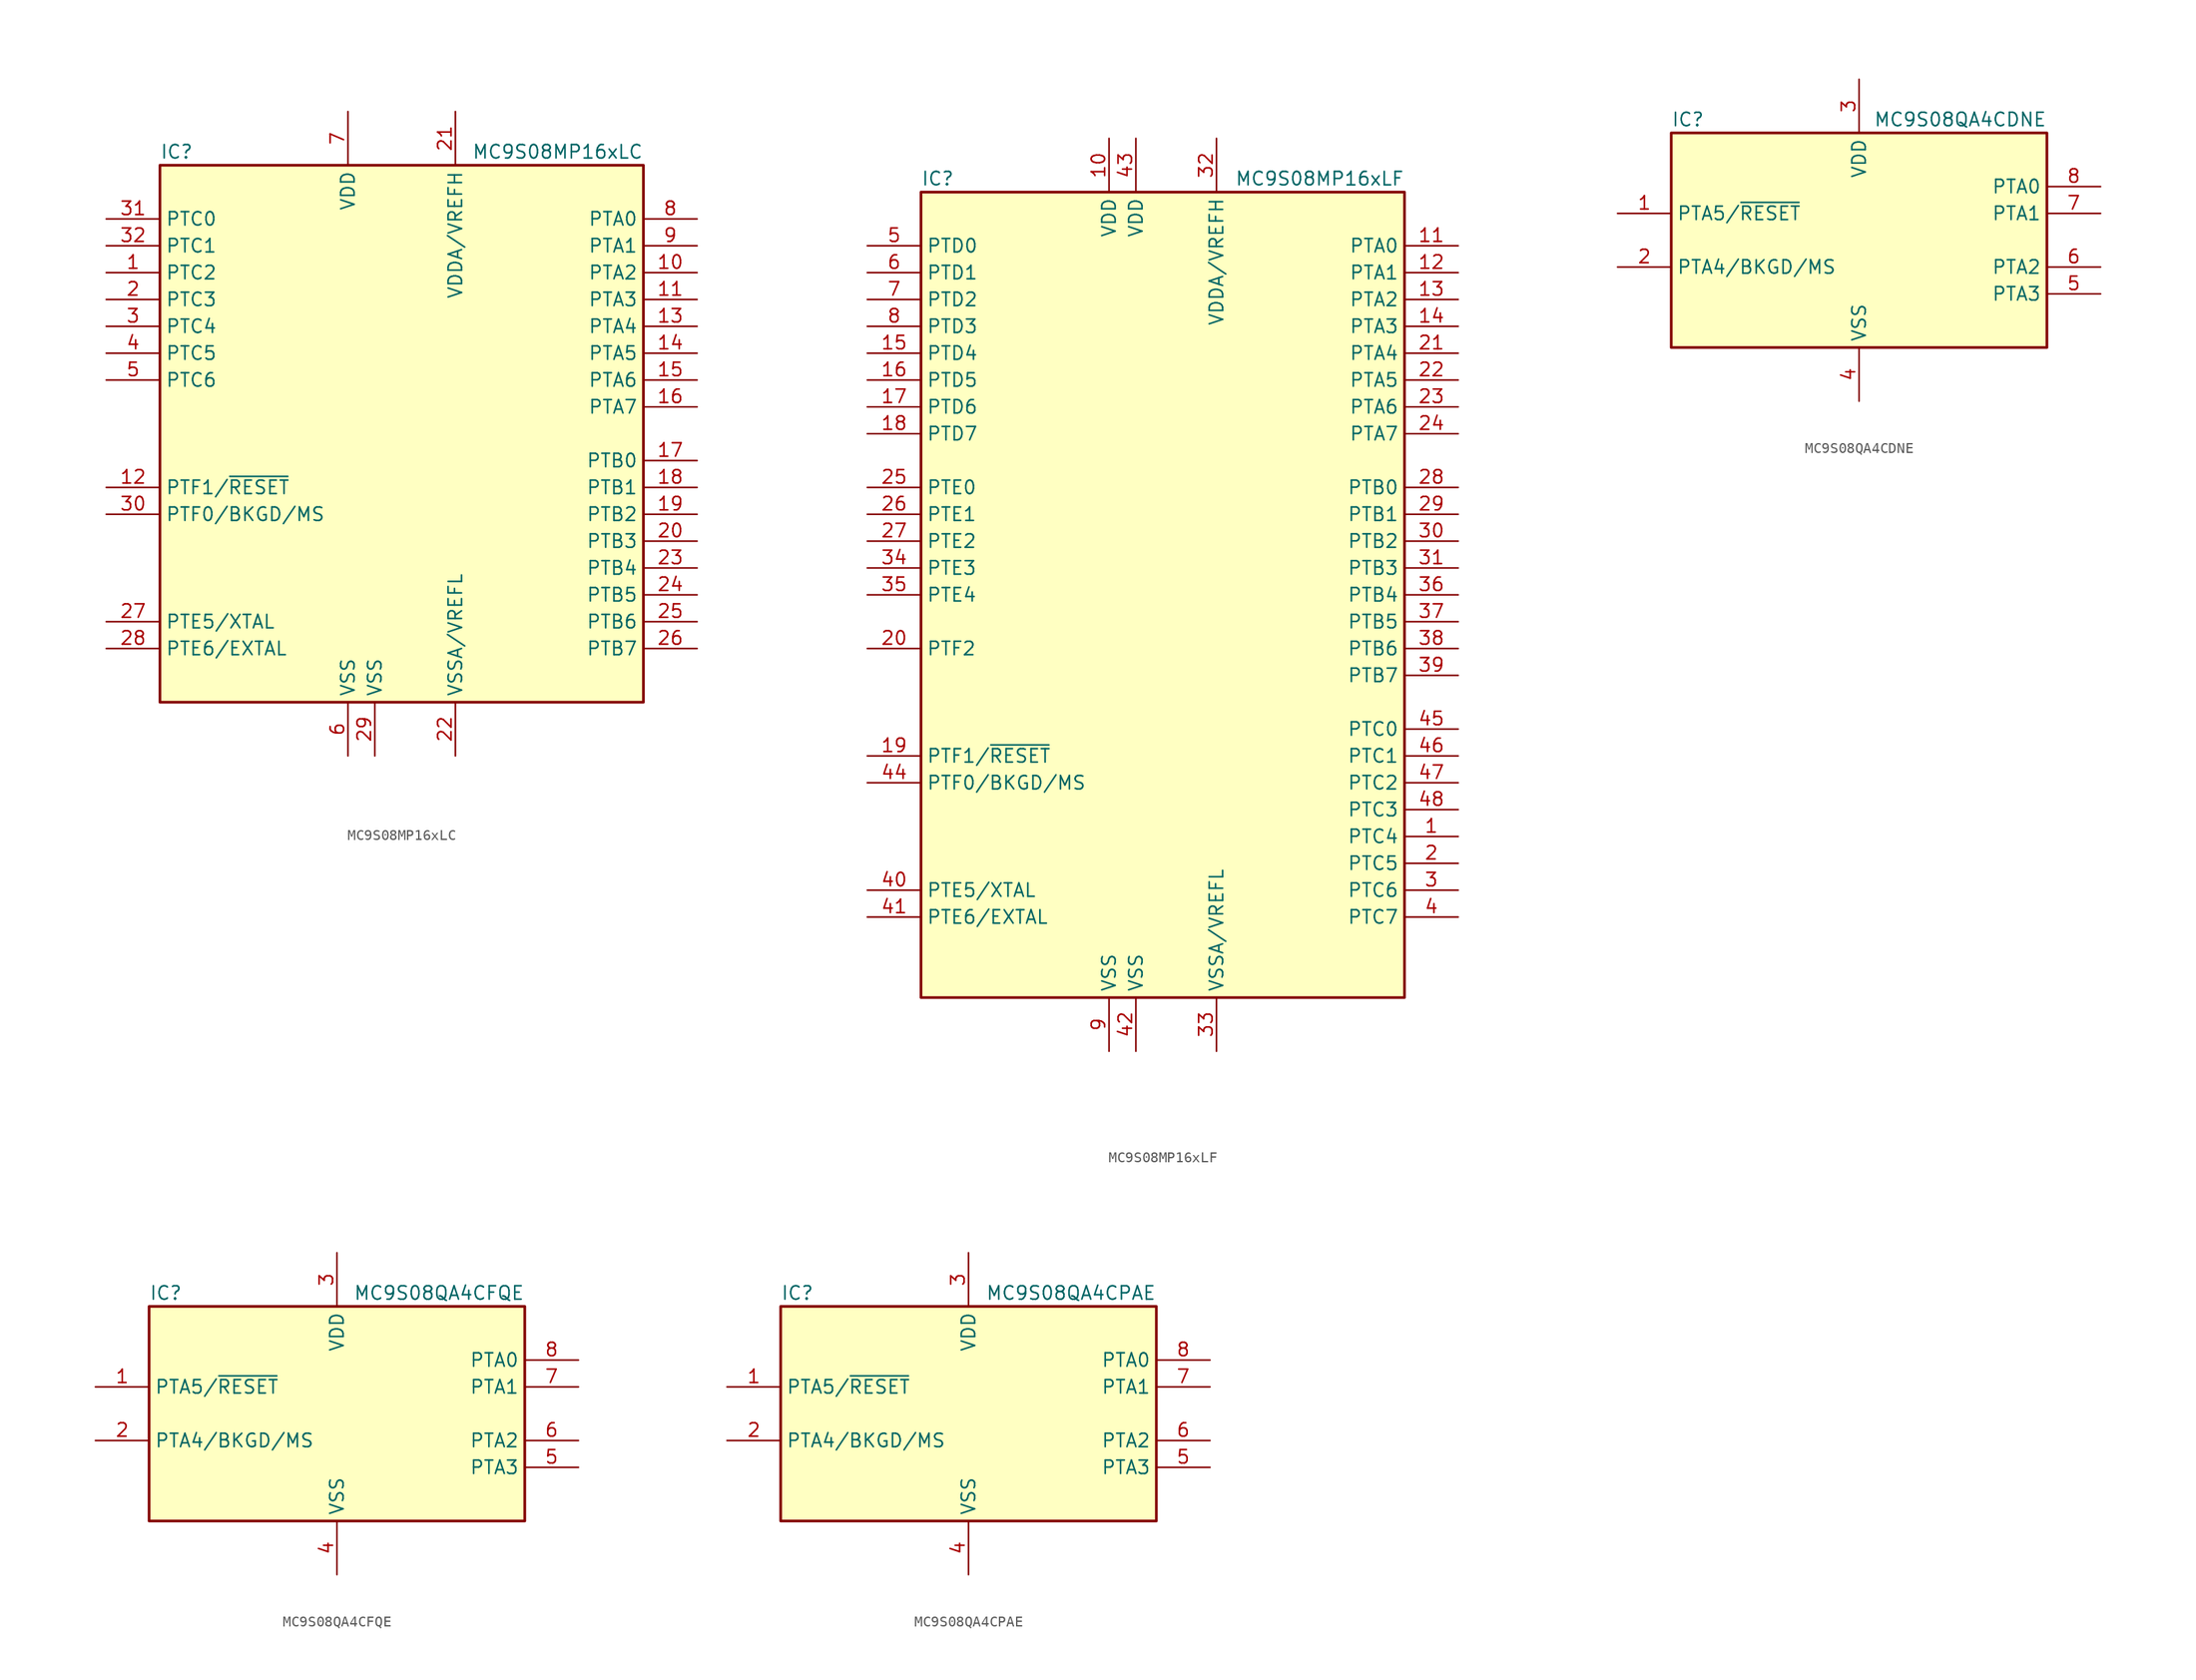
<source format=kicad_sym>
(kicad_symbol_lib
  (version 20241209)
  (generator "kicad_symbol_editor")
  (generator_version "9.0")
  (symbol "MC9S08MP16xLC"
    (property "Reference" "IC"
      (at -22.86 26.67 0)
      (effects (font (size 1.27 1.27)) (justify left)))
    (property "Value" "MC9S08MP16xLC"
      (at 22.86 26.67 0)
      (effects (font (size 1.27 1.27)) (justify right)))
    (symbol "MC9S08MP16xLC_0_1"
      (rectangle (start -22.86 25.4) (end 22.86 -25.4) (stroke (width 0.254) (type default)) (fill (type background))))
    (symbol "MC9S08MP16xLC_1_1"
      (pin bidirectional line (at -27.94 20.32 0) (length 5.08) (name "PTC0" (effects (font (size 1.27 1.27)))) (number "31" (effects (font (size 1.27 1.27)))))
      (pin bidirectional line (at -27.94 17.78 0) (length 5.08) (name "PTC1" (effects (font (size 1.27 1.27)))) (number "32" (effects (font (size 1.27 1.27)))))
      (pin bidirectional line (at -27.94 15.24 0) (length 5.08) (name "PTC2" (effects (font (size 1.27 1.27)))) (number "1" (effects (font (size 1.27 1.27)))))
      (pin bidirectional line (at -27.94 12.7 0) (length 5.08) (name "PTC3" (effects (font (size 1.27 1.27)))) (number "2" (effects (font (size 1.27 1.27)))))
      (pin bidirectional line (at -27.94 10.16 0) (length 5.08) (name "PTC4" (effects (font (size 1.27 1.27)))) (number "3" (effects (font (size 1.27 1.27)))))
      (pin bidirectional line (at -27.94 7.62 0) (length 5.08) (name "PTC5" (effects (font (size 1.27 1.27)))) (number "4" (effects (font (size 1.27 1.27)))))
      (pin bidirectional line (at -27.94 5.08 0) (length 5.08) (name "PTC6" (effects (font (size 1.27 1.27)))) (number "5" (effects (font (size 1.27 1.27)))))
      (pin bidirectional line (at -27.94 -5.08 0) (length 5.08) (name "PTF1/~{RESET}" (effects (font (size 1.27 1.27)))) (number "12" (effects (font (size 1.27 1.27)))))
      (pin bidirectional line (at -27.94 -7.62 0) (length 5.08) (name "PTF0/BKGD/MS" (effects (font (size 1.27 1.27)))) (number "30" (effects (font (size 1.27 1.27)))))
      (pin bidirectional line (at -27.94 -17.78 0) (length 5.08) (name "PTE5/XTAL" (effects (font (size 1.27 1.27)))) (number "27" (effects (font (size 1.27 1.27)))))
      (pin bidirectional line (at -27.94 -20.32 0) (length 5.08) (name "PTE6/EXTAL" (effects (font (size 1.27 1.27)))) (number "28" (effects (font (size 1.27 1.27)))))
      (pin power_in line (at -5.08 30.48 270) (length 5.08) (name "VDD" (effects (font (size 1.27 1.27)))) (number "7" (effects (font (size 1.27 1.27)))))
      (pin power_in line (at -5.08 -30.48 90) (length 5.08) (name "VSS" (effects (font (size 1.27 1.27)))) (number "6" (effects (font (size 1.27 1.27)))))
      (pin power_in line (at -2.54 -30.48 90) (length 5.08) (name "VSS" (effects (font (size 1.27 1.27)))) (number "29" (effects (font (size 1.27 1.27)))))
      (pin power_in line (at 5.08 30.48 270) (length 5.08) (name "VDDA/VREFH" (effects (font (size 1.27 1.27)))) (number "21" (effects (font (size 1.27 1.27)))))
      (pin power_in line (at 5.08 -30.48 90) (length 5.08) (name "VSSA/VREFL" (effects (font (size 1.27 1.27)))) (number "22" (effects (font (size 1.27 1.27)))))
      (pin bidirectional line (at 27.94 20.32 180) (length 5.08) (name "PTA0" (effects (font (size 1.27 1.27)))) (number "8" (effects (font (size 1.27 1.27)))))
      (pin bidirectional line (at 27.94 17.78 180) (length 5.08) (name "PTA1" (effects (font (size 1.27 1.27)))) (number "9" (effects (font (size 1.27 1.27)))))
      (pin bidirectional line (at 27.94 15.24 180) (length 5.08) (name "PTA2" (effects (font (size 1.27 1.27)))) (number "10" (effects (font (size 1.27 1.27)))))
      (pin bidirectional line (at 27.94 12.7 180) (length 5.08) (name "PTA3" (effects (font (size 1.27 1.27)))) (number "11" (effects (font (size 1.27 1.27)))))
      (pin bidirectional line (at 27.94 10.16 180) (length 5.08) (name "PTA4" (effects (font (size 1.27 1.27)))) (number "13" (effects (font (size 1.27 1.27)))))
      (pin bidirectional line (at 27.94 7.62 180) (length 5.08) (name "PTA5" (effects (font (size 1.27 1.27)))) (number "14" (effects (font (size 1.27 1.27)))))
      (pin bidirectional line (at 27.94 5.08 180) (length 5.08) (name "PTA6" (effects (font (size 1.27 1.27)))) (number "15" (effects (font (size 1.27 1.27)))))
      (pin bidirectional line (at 27.94 2.54 180) (length 5.08) (name "PTA7" (effects (font (size 1.27 1.27)))) (number "16" (effects (font (size 1.27 1.27)))))
      (pin bidirectional line (at 27.94 -2.54 180) (length 5.08) (name "PTB0" (effects (font (size 1.27 1.27)))) (number "17" (effects (font (size 1.27 1.27)))))
      (pin bidirectional line (at 27.94 -5.08 180) (length 5.08) (name "PTB1" (effects (font (size 1.27 1.27)))) (number "18" (effects (font (size 1.27 1.27)))))
      (pin bidirectional line (at 27.94 -7.62 180) (length 5.08) (name "PTB2" (effects (font (size 1.27 1.27)))) (number "19" (effects (font (size 1.27 1.27)))))
      (pin bidirectional line (at 27.94 -10.16 180) (length 5.08) (name "PTB3" (effects (font (size 1.27 1.27)))) (number "20" (effects (font (size 1.27 1.27)))))
      (pin bidirectional line (at 27.94 -12.7 180) (length 5.08) (name "PTB4" (effects (font (size 1.27 1.27)))) (number "23" (effects (font (size 1.27 1.27)))))
      (pin bidirectional line (at 27.94 -15.24 180) (length 5.08) (name "PTB5" (effects (font (size 1.27 1.27)))) (number "24" (effects (font (size 1.27 1.27)))))
      (pin bidirectional line (at 27.94 -17.78 180) (length 5.08) (name "PTB6" (effects (font (size 1.27 1.27)))) (number "25" (effects (font (size 1.27 1.27)))))
      (pin bidirectional line (at 27.94 -20.32 180) (length 5.08) (name "PTB7" (effects (font (size 1.27 1.27)))) (number "26" (effects (font (size 1.27 1.27)))))))
  (symbol "MC9S08MP16xLF"
    (property "Reference" "IC"
      (at -22.86 39.37 0)
      (effects (font (size 1.27 1.27)) (justify left)))
    (property "Value" "MC9S08MP16xLF"
      (at 22.86 39.37 0)
      (effects (font (size 1.27 1.27)) (justify right)))
    (symbol "MC9S08MP16xLF_0_1"
      (rectangle (start -22.86 38.1) (end 22.86 -38.1) (stroke (width 0.254) (type default)) (fill (type background))))
    (symbol "MC9S08MP16xLF_1_1"
      (pin bidirectional line (at -27.94 33.02 0) (length 5.08) (name "PTD0" (effects (font (size 1.27 1.27)))) (number "5" (effects (font (size 1.27 1.27)))))
      (pin bidirectional line (at -27.94 30.48 0) (length 5.08) (name "PTD1" (effects (font (size 1.27 1.27)))) (number "6" (effects (font (size 1.27 1.27)))))
      (pin bidirectional line (at -27.94 27.94 0) (length 5.08) (name "PTD2" (effects (font (size 1.27 1.27)))) (number "7" (effects (font (size 1.27 1.27)))))
      (pin bidirectional line (at -27.94 25.4 0) (length 5.08) (name "PTD3" (effects (font (size 1.27 1.27)))) (number "8" (effects (font (size 1.27 1.27)))))
      (pin bidirectional line (at -27.94 22.86 0) (length 5.08) (name "PTD4" (effects (font (size 1.27 1.27)))) (number "15" (effects (font (size 1.27 1.27)))))
      (pin bidirectional line (at -27.94 20.32 0) (length 5.08) (name "PTD5" (effects (font (size 1.27 1.27)))) (number "16" (effects (font (size 1.27 1.27)))))
      (pin bidirectional line (at -27.94 17.78 0) (length 5.08) (name "PTD6" (effects (font (size 1.27 1.27)))) (number "17" (effects (font (size 1.27 1.27)))))
      (pin bidirectional line (at -27.94 15.24 0) (length 5.08) (name "PTD7" (effects (font (size 1.27 1.27)))) (number "18" (effects (font (size 1.27 1.27)))))
      (pin bidirectional line (at -27.94 10.16 0) (length 5.08) (name "PTE0" (effects (font (size 1.27 1.27)))) (number "25" (effects (font (size 1.27 1.27)))))
      (pin bidirectional line (at -27.94 7.62 0) (length 5.08) (name "PTE1" (effects (font (size 1.27 1.27)))) (number "26" (effects (font (size 1.27 1.27)))))
      (pin bidirectional line (at -27.94 5.08 0) (length 5.08) (name "PTE2" (effects (font (size 1.27 1.27)))) (number "27" (effects (font (size 1.27 1.27)))))
      (pin bidirectional line (at -27.94 2.54 0) (length 5.08) (name "PTE3" (effects (font (size 1.27 1.27)))) (number "34" (effects (font (size 1.27 1.27)))))
      (pin bidirectional line (at -27.94 0 0) (length 5.08) (name "PTE4" (effects (font (size 1.27 1.27)))) (number "35" (effects (font (size 1.27 1.27)))))
      (pin bidirectional line (at -27.94 -5.08 0) (length 5.08) (name "PTF2" (effects (font (size 1.27 1.27)))) (number "20" (effects (font (size 1.27 1.27)))))
      (pin bidirectional line (at -27.94 -15.24 0) (length 5.08) (name "PTF1/~{RESET}" (effects (font (size 1.27 1.27)))) (number "19" (effects (font (size 1.27 1.27)))))
      (pin bidirectional line (at -27.94 -17.78 0) (length 5.08) (name "PTF0/BKGD/MS" (effects (font (size 1.27 1.27)))) (number "44" (effects (font (size 1.27 1.27)))))
      (pin bidirectional line (at -27.94 -27.94 0) (length 5.08) (name "PTE5/XTAL" (effects (font (size 1.27 1.27)))) (number "40" (effects (font (size 1.27 1.27)))))
      (pin bidirectional line (at -27.94 -30.48 0) (length 5.08) (name "PTE6/EXTAL" (effects (font (size 1.27 1.27)))) (number "41" (effects (font (size 1.27 1.27)))))
      (pin power_in line (at -5.08 43.18 270) (length 5.08) (name "VDD" (effects (font (size 1.27 1.27)))) (number "10" (effects (font (size 1.27 1.27)))))
      (pin power_in line (at -5.08 -43.18 90) (length 5.08) (name "VSS" (effects (font (size 1.27 1.27)))) (number "9" (effects (font (size 1.27 1.27)))))
      (pin power_in line (at -2.54 43.18 270) (length 5.08) (name "VDD" (effects (font (size 1.27 1.27)))) (number "43" (effects (font (size 1.27 1.27)))))
      (pin power_in line (at -2.54 -43.18 90) (length 5.08) (name "VSS" (effects (font (size 1.27 1.27)))) (number "42" (effects (font (size 1.27 1.27)))))
      (pin power_in line (at 5.08 43.18 270) (length 5.08) (name "VDDA/VREFH" (effects (font (size 1.27 1.27)))) (number "32" (effects (font (size 1.27 1.27)))))
      (pin power_in line (at 5.08 -43.18 90) (length 5.08) (name "VSSA/VREFL" (effects (font (size 1.27 1.27)))) (number "33" (effects (font (size 1.27 1.27)))))
      (pin bidirectional line (at 27.94 33.02 180) (length 5.08) (name "PTA0" (effects (font (size 1.27 1.27)))) (number "11" (effects (font (size 1.27 1.27)))))
      (pin bidirectional line (at 27.94 30.48 180) (length 5.08) (name "PTA1" (effects (font (size 1.27 1.27)))) (number "12" (effects (font (size 1.27 1.27)))))
      (pin bidirectional line (at 27.94 27.94 180) (length 5.08) (name "PTA2" (effects (font (size 1.27 1.27)))) (number "13" (effects (font (size 1.27 1.27)))))
      (pin bidirectional line (at 27.94 25.4 180) (length 5.08) (name "PTA3" (effects (font (size 1.27 1.27)))) (number "14" (effects (font (size 1.27 1.27)))))
      (pin bidirectional line (at 27.94 22.86 180) (length 5.08) (name "PTA4" (effects (font (size 1.27 1.27)))) (number "21" (effects (font (size 1.27 1.27)))))
      (pin bidirectional line (at 27.94 20.32 180) (length 5.08) (name "PTA5" (effects (font (size 1.27 1.27)))) (number "22" (effects (font (size 1.27 1.27)))))
      (pin bidirectional line (at 27.94 17.78 180) (length 5.08) (name "PTA6" (effects (font (size 1.27 1.27)))) (number "23" (effects (font (size 1.27 1.27)))))
      (pin bidirectional line (at 27.94 15.24 180) (length 5.08) (name "PTA7" (effects (font (size 1.27 1.27)))) (number "24" (effects (font (size 1.27 1.27)))))
      (pin bidirectional line (at 27.94 10.16 180) (length 5.08) (name "PTB0" (effects (font (size 1.27 1.27)))) (number "28" (effects (font (size 1.27 1.27)))))
      (pin bidirectional line (at 27.94 7.62 180) (length 5.08) (name "PTB1" (effects (font (size 1.27 1.27)))) (number "29" (effects (font (size 1.27 1.27)))))
      (pin bidirectional line (at 27.94 5.08 180) (length 5.08) (name "PTB2" (effects (font (size 1.27 1.27)))) (number "30" (effects (font (size 1.27 1.27)))))
      (pin bidirectional line (at 27.94 2.54 180) (length 5.08) (name "PTB3" (effects (font (size 1.27 1.27)))) (number "31" (effects (font (size 1.27 1.27)))))
      (pin bidirectional line (at 27.94 0 180) (length 5.08) (name "PTB4" (effects (font (size 1.27 1.27)))) (number "36" (effects (font (size 1.27 1.27)))))
      (pin bidirectional line (at 27.94 -2.54 180) (length 5.08) (name "PTB5" (effects (font (size 1.27 1.27)))) (number "37" (effects (font (size 1.27 1.27)))))
      (pin bidirectional line (at 27.94 -5.08 180) (length 5.08) (name "PTB6" (effects (font (size 1.27 1.27)))) (number "38" (effects (font (size 1.27 1.27)))))
      (pin bidirectional line (at 27.94 -7.62 180) (length 5.08) (name "PTB7" (effects (font (size 1.27 1.27)))) (number "39" (effects (font (size 1.27 1.27)))))
      (pin bidirectional line (at 27.94 -12.7 180) (length 5.08) (name "PTC0" (effects (font (size 1.27 1.27)))) (number "45" (effects (font (size 1.27 1.27)))))
      (pin bidirectional line (at 27.94 -15.24 180) (length 5.08) (name "PTC1" (effects (font (size 1.27 1.27)))) (number "46" (effects (font (size 1.27 1.27)))))
      (pin bidirectional line (at 27.94 -17.78 180) (length 5.08) (name "PTC2" (effects (font (size 1.27 1.27)))) (number "47" (effects (font (size 1.27 1.27)))))
      (pin bidirectional line (at 27.94 -20.32 180) (length 5.08) (name "PTC3" (effects (font (size 1.27 1.27)))) (number "48" (effects (font (size 1.27 1.27)))))
      (pin bidirectional line (at 27.94 -22.86 180) (length 5.08) (name "PTC4" (effects (font (size 1.27 1.27)))) (number "1" (effects (font (size 1.27 1.27)))))
      (pin bidirectional line (at 27.94 -25.4 180) (length 5.08) (name "PTC5" (effects (font (size 1.27 1.27)))) (number "2" (effects (font (size 1.27 1.27)))))
      (pin bidirectional line (at 27.94 -27.94 180) (length 5.08) (name "PTC6" (effects (font (size 1.27 1.27)))) (number "3" (effects (font (size 1.27 1.27)))))
      (pin bidirectional line (at 27.94 -30.48 180) (length 5.08) (name "PTC7" (effects (font (size 1.27 1.27)))) (number "4" (effects (font (size 1.27 1.27)))))))
  (symbol "MC9S08QA4CDNE"
    (property "Reference" "IC"
      (at -17.78 11.43 0)
      (effects (font (size 1.27 1.27)) (justify left)))
    (property "Value" "MC9S08QA4CDNE"
      (at 17.78 11.43 0)
      (effects (font (size 1.27 1.27)) (justify right)))
    (symbol "MC9S08QA4CDNE_0_1"
      (rectangle (start -17.78 10.16) (end 17.78 -10.16) (stroke (width 0.254) (type default)) (fill (type background))))
    (symbol "MC9S08QA4CDNE_1_1"
      (pin bidirectional line (at -22.86 2.54 0) (length 5.08) (name "PTA5/~{RESET}" (effects (font (size 1.27 1.27)))) (number "1" (effects (font (size 1.27 1.27)))))
      (pin bidirectional line (at -22.86 -2.54 0) (length 5.08) (name "PTA4/BKGD/MS" (effects (font (size 1.27 1.27)))) (number "2" (effects (font (size 1.27 1.27)))))
      (pin power_in line (at 0 15.24 270) (length 5.08) (name "VDD" (effects (font (size 1.27 1.27)))) (number "3" (effects (font (size 1.27 1.27)))))
      (pin power_in line (at 0 -15.24 90) (length 5.08) (name "VSS" (effects (font (size 1.27 1.27)))) (number "4" (effects (font (size 1.27 1.27)))))
      (pin bidirectional line (at 22.86 5.08 180) (length 5.08) (name "PTA0" (effects (font (size 1.27 1.27)))) (number "8" (effects (font (size 1.27 1.27)))))
      (pin bidirectional line (at 22.86 2.54 180) (length 5.08) (name "PTA1" (effects (font (size 1.27 1.27)))) (number "7" (effects (font (size 1.27 1.27)))))
      (pin bidirectional line (at 22.86 -2.54 180) (length 5.08) (name "PTA2" (effects (font (size 1.27 1.27)))) (number "6" (effects (font (size 1.27 1.27)))))
      (pin bidirectional line (at 22.86 -5.08 180) (length 5.08) (name "PTA3" (effects (font (size 1.27 1.27)))) (number "5" (effects (font (size 1.27 1.27)))))))
  (symbol "MC9S08QA4CFQE"
    (property "Reference" "IC"
      (at -17.78 11.43 0)
      (effects (font (size 1.27 1.27)) (justify left)))
    (property "Value" "MC9S08QA4CFQE"
      (at 17.78 11.43 0)
      (effects (font (size 1.27 1.27)) (justify right)))
    (symbol "MC9S08QA4CFQE_0_1"
      (rectangle (start -17.78 10.16) (end 17.78 -10.16) (stroke (width 0.254) (type default)) (fill (type background))))
    (symbol "MC9S08QA4CFQE_1_1"
      (pin bidirectional line (at -22.86 2.54 0) (length 5.08) (name "PTA5/~{RESET}" (effects (font (size 1.27 1.27)))) (number "1" (effects (font (size 1.27 1.27)))))
      (pin bidirectional line (at -22.86 -2.54 0) (length 5.08) (name "PTA4/BKGD/MS" (effects (font (size 1.27 1.27)))) (number "2" (effects (font (size 1.27 1.27)))))
      (pin power_in line (at 0 15.24 270) (length 5.08) (name "VDD" (effects (font (size 1.27 1.27)))) (number "3" (effects (font (size 1.27 1.27)))))
      (pin power_in line (at 0 -15.24 90) (length 5.08) (name "VSS" (effects (font (size 1.27 1.27)))) (number "4" (effects (font (size 1.27 1.27)))))
      (pin bidirectional line (at 22.86 5.08 180) (length 5.08) (name "PTA0" (effects (font (size 1.27 1.27)))) (number "8" (effects (font (size 1.27 1.27)))))
      (pin bidirectional line (at 22.86 2.54 180) (length 5.08) (name "PTA1" (effects (font (size 1.27 1.27)))) (number "7" (effects (font (size 1.27 1.27)))))
      (pin bidirectional line (at 22.86 -2.54 180) (length 5.08) (name "PTA2" (effects (font (size 1.27 1.27)))) (number "6" (effects (font (size 1.27 1.27)))))
      (pin bidirectional line (at 22.86 -5.08 180) (length 5.08) (name "PTA3" (effects (font (size 1.27 1.27)))) (number "5" (effects (font (size 1.27 1.27)))))))
  (symbol "MC9S08QA4CPAE"
    (property "Reference" "IC"
      (at -17.78 11.43 0)
      (effects (font (size 1.27 1.27)) (justify left)))
    (property "Value" "MC9S08QA4CPAE"
      (at 17.78 11.43 0)
      (effects (font (size 1.27 1.27)) (justify right)))
    (symbol "MC9S08QA4CPAE_0_1"
      (rectangle (start -17.78 10.16) (end 17.78 -10.16) (stroke (width 0.254) (type default)) (fill (type background))))
    (symbol "MC9S08QA4CPAE_1_1"
      (pin bidirectional line (at -22.86 2.54 0) (length 5.08) (name "PTA5/~{RESET}" (effects (font (size 1.27 1.27)))) (number "1" (effects (font (size 1.27 1.27)))))
      (pin bidirectional line (at -22.86 -2.54 0) (length 5.08) (name "PTA4/BKGD/MS" (effects (font (size 1.27 1.27)))) (number "2" (effects (font (size 1.27 1.27)))))
      (pin power_in line (at 0 15.24 270) (length 5.08) (name "VDD" (effects (font (size 1.27 1.27)))) (number "3" (effects (font (size 1.27 1.27)))))
      (pin power_in line (at 0 -15.24 90) (length 5.08) (name "VSS" (effects (font (size 1.27 1.27)))) (number "4" (effects (font (size 1.27 1.27)))))
      (pin bidirectional line (at 22.86 5.08 180) (length 5.08) (name "PTA0" (effects (font (size 1.27 1.27)))) (number "8" (effects (font (size 1.27 1.27)))))
      (pin bidirectional line (at 22.86 2.54 180) (length 5.08) (name "PTA1" (effects (font (size 1.27 1.27)))) (number "7" (effects (font (size 1.27 1.27)))))
      (pin bidirectional line (at 22.86 -2.54 180) (length 5.08) (name "PTA2" (effects (font (size 1.27 1.27)))) (number "6" (effects (font (size 1.27 1.27)))))
      (pin bidirectional line (at 22.86 -5.08 180) (length 5.08) (name "PTA3" (effects (font (size 1.27 1.27)))) (number "5" (effects (font (size 1.27 1.27))))))))
</source>
